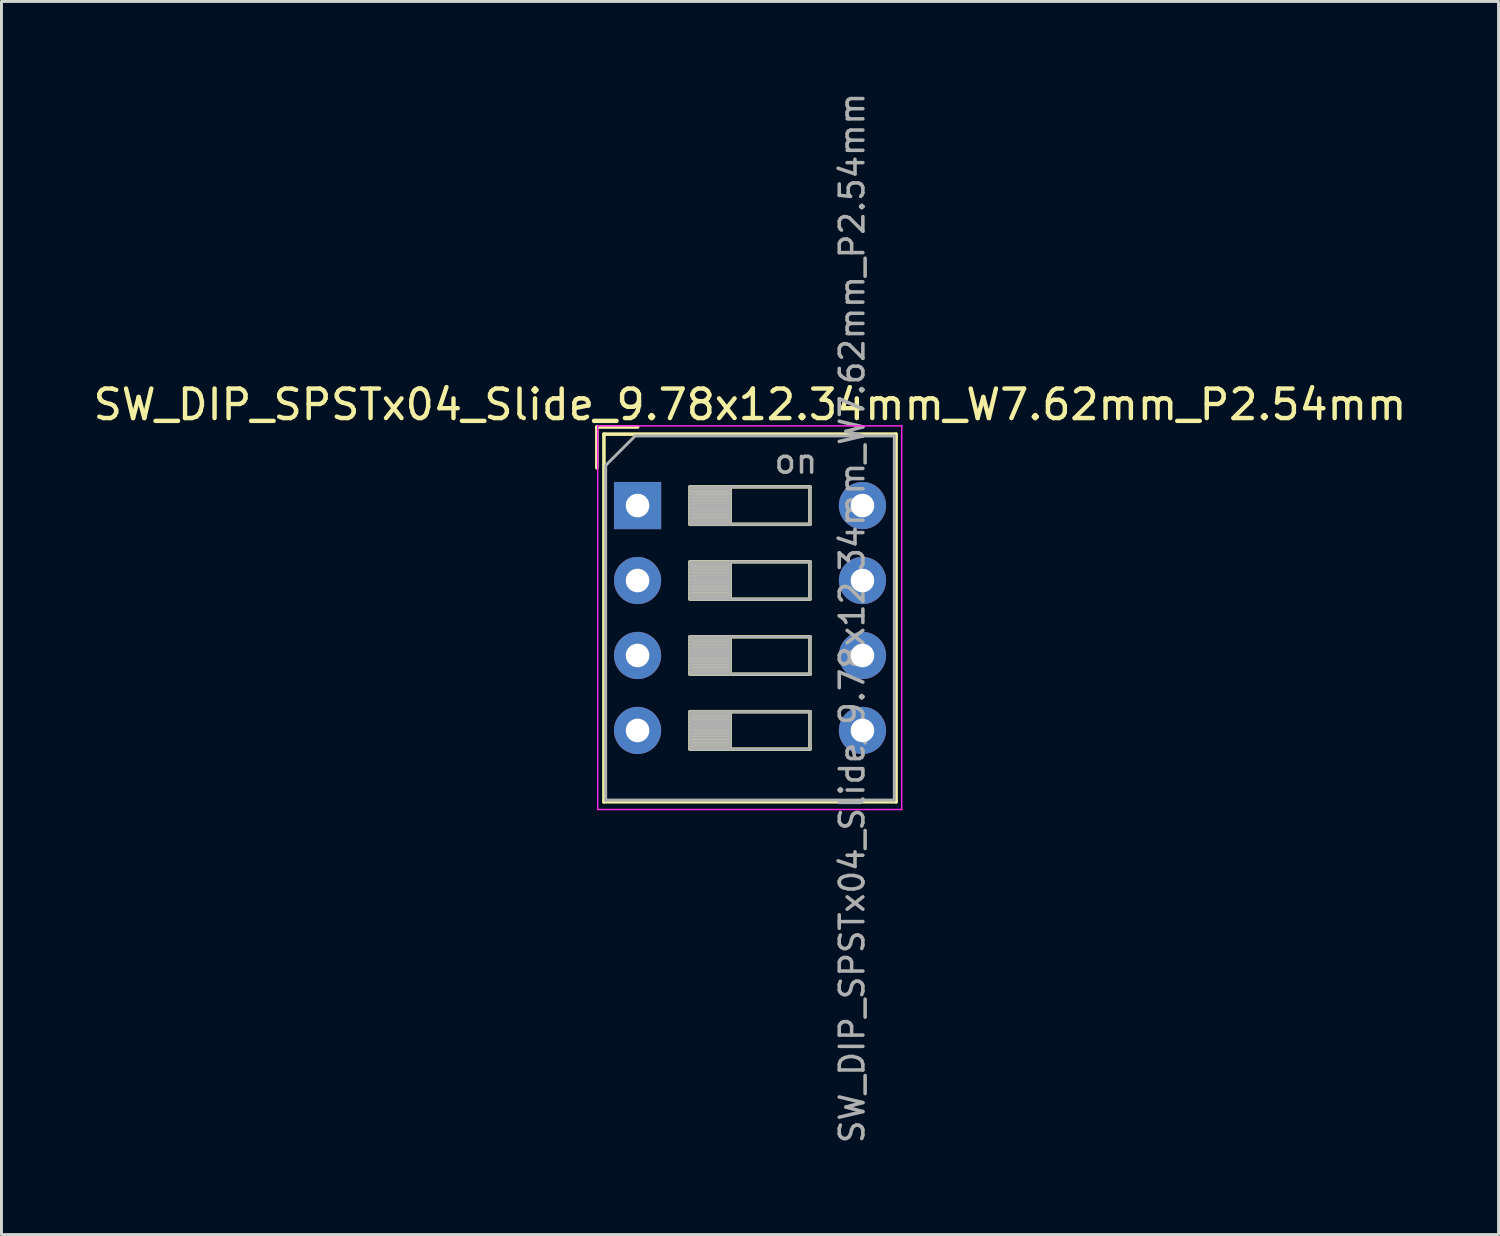
<source format=kicad_pcb>
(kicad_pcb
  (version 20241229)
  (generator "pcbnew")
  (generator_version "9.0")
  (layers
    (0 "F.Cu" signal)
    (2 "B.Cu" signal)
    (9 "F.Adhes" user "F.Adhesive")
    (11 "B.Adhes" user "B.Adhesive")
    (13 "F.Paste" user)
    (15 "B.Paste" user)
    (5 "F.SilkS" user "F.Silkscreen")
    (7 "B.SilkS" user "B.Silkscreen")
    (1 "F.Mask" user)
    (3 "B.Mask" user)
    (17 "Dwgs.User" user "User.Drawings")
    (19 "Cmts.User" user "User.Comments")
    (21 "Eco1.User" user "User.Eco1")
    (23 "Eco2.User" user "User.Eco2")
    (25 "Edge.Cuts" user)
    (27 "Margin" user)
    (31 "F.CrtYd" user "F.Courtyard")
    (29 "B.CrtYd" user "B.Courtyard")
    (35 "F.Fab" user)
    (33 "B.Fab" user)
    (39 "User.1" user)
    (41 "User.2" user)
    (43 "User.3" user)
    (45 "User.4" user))
  (footprint "SW_DIP_SPSTx04_Slide_9.78x12.34mm_W7.62mm_P2.54mm"
    (layer "F.Cu")
    (at 18.553 14.08)
    (property "Reference" "SW_DIP_SPSTx04_Slide_9.78x12.34mm_W7.62mm_P2.54mm" (at 3.81 -3.42 0) (layer "F.SilkS") (effects (font (size 1 1) (thickness 0.15))))
    (attr through_hole)
    (fp_line (start -1.38 -2.66) (end -1.38 -1.277) (stroke (width 0.12) (type solid)) (layer "F.SilkS"))
    (fp_line (start -1.38 -2.66) (end 0.004 -2.66) (stroke (width 0.12) (type solid)) (layer "F.SilkS"))
    (fp_line (start -1.14 -2.42) (end -1.14 10.04) (stroke (width 0.12) (type solid)) (layer "F.SilkS"))
    (fp_line (start -1.14 -2.42) (end 8.76 -2.42) (stroke (width 0.12) (type solid)) (layer "F.SilkS"))
    (fp_line (start -1.14 10.04) (end 8.76 10.04) (stroke (width 0.12) (type solid)) (layer "F.SilkS"))
    (fp_line (start 1.78 -0.635) (end 1.78 0.635) (stroke (width 0.12) (type solid)) (layer "F.SilkS"))
    (fp_line (start 1.78 -0.515) (end 3.133 -0.515) (stroke (width 0.12) (type solid)) (layer "F.SilkS"))
    (fp_line (start 1.78 -0.395) (end 3.133 -0.395) (stroke (width 0.12) (type solid)) (layer "F.SilkS"))
    (fp_line (start 1.78 -0.275) (end 3.133 -0.275) (stroke (width 0.12) (type solid)) (layer "F.SilkS"))
    (fp_line (start 1.78 -0.155) (end 3.133 -0.155) (stroke (width 0.12) (type solid)) (layer "F.SilkS"))
    (fp_line (start 1.78 -0.035) (end 3.133 -0.035) (stroke (width 0.12) (type solid)) (layer "F.SilkS"))
    (fp_line (start 1.78 0.085) (end 3.133 0.085) (stroke (width 0.12) (type solid)) (layer "F.SilkS"))
    (fp_line (start 1.78 0.205) (end 3.133 0.205) (stroke (width 0.12) (type solid)) (layer "F.SilkS"))
    (fp_line (start 1.78 0.325) (end 3.133 0.325) (stroke (width 0.12) (type solid)) (layer "F.SilkS"))
    (fp_line (start 1.78 0.445) (end 3.133 0.445) (stroke (width 0.12) (type solid)) (layer "F.SilkS"))
    (fp_line (start 1.78 0.565) (end 3.133 0.565) (stroke (width 0.12) (type solid)) (layer "F.SilkS"))
    (fp_line (start 1.78 0.635) (end 5.84 0.635) (stroke (width 0.12) (type solid)) (layer "F.SilkS"))
    (fp_line (start 1.78 1.905) (end 1.78 3.175) (stroke (width 0.12) (type solid)) (layer "F.SilkS"))
    (fp_line (start 1.78 2.025) (end 3.133 2.025) (stroke (width 0.12) (type solid)) (layer "F.SilkS"))
    (fp_line (start 1.78 2.145) (end 3.133 2.145) (stroke (width 0.12) (type solid)) (layer "F.SilkS"))
    (fp_line (start 1.78 2.265) (end 3.133 2.265) (stroke (width 0.12) (type solid)) (layer "F.SilkS"))
    (fp_line (start 1.78 2.385) (end 3.133 2.385) (stroke (width 0.12) (type solid)) (layer "F.SilkS"))
    (fp_line (start 1.78 2.505) (end 3.133 2.505) (stroke (width 0.12) (type solid)) (layer "F.SilkS"))
    (fp_line (start 1.78 2.625) (end 3.133 2.625) (stroke (width 0.12) (type solid)) (layer "F.SilkS"))
    (fp_line (start 1.78 2.745) (end 3.133 2.745) (stroke (width 0.12) (type solid)) (layer "F.SilkS"))
    (fp_line (start 1.78 2.865) (end 3.133 2.865) (stroke (width 0.12) (type solid)) (layer "F.SilkS"))
    (fp_line (start 1.78 2.985) (end 3.133 2.985) (stroke (width 0.12) (type solid)) (layer "F.SilkS"))
    (fp_line (start 1.78 3.105) (end 3.133 3.105) (stroke (width 0.12) (type solid)) (layer "F.SilkS"))
    (fp_line (start 1.78 3.175) (end 5.84 3.175) (stroke (width 0.12) (type solid)) (layer "F.SilkS"))
    (fp_line (start 1.78 4.445) (end 1.78 5.715) (stroke (width 0.12) (type solid)) (layer "F.SilkS"))
    (fp_line (start 1.78 4.565) (end 3.133 4.565) (stroke (width 0.12) (type solid)) (layer "F.SilkS"))
    (fp_line (start 1.78 4.685) (end 3.133 4.685) (stroke (width 0.12) (type solid)) (layer "F.SilkS"))
    (fp_line (start 1.78 4.805) (end 3.133 4.805) (stroke (width 0.12) (type solid)) (layer "F.SilkS"))
    (fp_line (start 1.78 4.925) (end 3.133 4.925) (stroke (width 0.12) (type solid)) (layer "F.SilkS"))
    (fp_line (start 1.78 5.045) (end 3.133 5.045) (stroke (width 0.12) (type solid)) (layer "F.SilkS"))
    (fp_line (start 1.78 5.165) (end 3.133 5.165) (stroke (width 0.12) (type solid)) (layer "F.SilkS"))
    (fp_line (start 1.78 5.285) (end 3.133 5.285) (stroke (width 0.12) (type solid)) (layer "F.SilkS"))
    (fp_line (start 1.78 5.405) (end 3.133 5.405) (stroke (width 0.12) (type solid)) (layer "F.SilkS"))
    (fp_line (start 1.78 5.525) (end 3.133 5.525) (stroke (width 0.12) (type solid)) (layer "F.SilkS"))
    (fp_line (start 1.78 5.645) (end 3.133 5.645) (stroke (width 0.12) (type solid)) (layer "F.SilkS"))
    (fp_line (start 1.78 5.715) (end 5.84 5.715) (stroke (width 0.12) (type solid)) (layer "F.SilkS"))
    (fp_line (start 1.78 6.985) (end 1.78 8.255) (stroke (width 0.12) (type solid)) (layer "F.SilkS"))
    (fp_line (start 1.78 7.105) (end 3.133 7.105) (stroke (width 0.12) (type solid)) (layer "F.SilkS"))
    (fp_line (start 1.78 7.225) (end 3.133 7.225) (stroke (width 0.12) (type solid)) (layer "F.SilkS"))
    (fp_line (start 1.78 7.345) (end 3.133 7.345) (stroke (width 0.12) (type solid)) (layer "F.SilkS"))
    (fp_line (start 1.78 7.465) (end 3.133 7.465) (stroke (width 0.12) (type solid)) (layer "F.SilkS"))
    (fp_line (start 1.78 7.585) (end 3.133 7.585) (stroke (width 0.12) (type solid)) (layer "F.SilkS"))
    (fp_line (start 1.78 7.705) (end 3.133 7.705) (stroke (width 0.12) (type solid)) (layer "F.SilkS"))
    (fp_line (start 1.78 7.825) (end 3.133 7.825) (stroke (width 0.12) (type solid)) (layer "F.SilkS"))
    (fp_line (start 1.78 7.945) (end 3.133 7.945) (stroke (width 0.12) (type solid)) (layer "F.SilkS"))
    (fp_line (start 1.78 8.065) (end 3.133 8.065) (stroke (width 0.12) (type solid)) (layer "F.SilkS"))
    (fp_line (start 1.78 8.185) (end 3.133 8.185) (stroke (width 0.12) (type solid)) (layer "F.SilkS"))
    (fp_line (start 1.78 8.255) (end 5.84 8.255) (stroke (width 0.12) (type solid)) (layer "F.SilkS"))
    (fp_line (start 3.133 -0.635) (end 3.133 0.635) (stroke (width 0.12) (type solid)) (layer "F.SilkS"))
    (fp_line (start 3.133 1.905) (end 3.133 3.175) (stroke (width 0.12) (type solid)) (layer "F.SilkS"))
    (fp_line (start 3.133 4.445) (end 3.133 5.715) (stroke (width 0.12) (type solid)) (layer "F.SilkS"))
    (fp_line (start 3.133 6.985) (end 3.133 8.255) (stroke (width 0.12) (type solid)) (layer "F.SilkS"))
    (fp_line (start 5.84 -0.635) (end 1.78 -0.635) (stroke (width 0.12) (type solid)) (layer "F.SilkS"))
    (fp_line (start 5.84 0.635) (end 5.84 -0.635) (stroke (width 0.12) (type solid)) (layer "F.SilkS"))
    (fp_line (start 5.84 1.905) (end 1.78 1.905) (stroke (width 0.12) (type solid)) (layer "F.SilkS"))
    (fp_line (start 5.84 3.175) (end 5.84 1.905) (stroke (width 0.12) (type solid)) (layer "F.SilkS"))
    (fp_line (start 5.84 4.445) (end 1.78 4.445) (stroke (width 0.12) (type solid)) (layer "F.SilkS"))
    (fp_line (start 5.84 5.715) (end 5.84 4.445) (stroke (width 0.12) (type solid)) (layer "F.SilkS"))
    (fp_line (start 5.84 6.985) (end 1.78 6.985) (stroke (width 0.12) (type solid)) (layer "F.SilkS"))
    (fp_line (start 5.84 8.255) (end 5.84 6.985) (stroke (width 0.12) (type solid)) (layer "F.SilkS"))
    (fp_line (start 8.76 -2.42) (end 8.76 10.04) (stroke (width 0.12) (type solid)) (layer "F.SilkS"))
    (fp_line (start -1.35 -2.7) (end -1.35 10.3) (stroke (width 0.05) (type solid)) (layer "F.CrtYd"))
    (fp_line (start -1.35 10.3) (end 8.95 10.3) (stroke (width 0.05) (type solid)) (layer "F.CrtYd"))
    (fp_line (start 8.95 -2.7) (end -1.35 -2.7) (stroke (width 0.05) (type solid)) (layer "F.CrtYd"))
    (fp_line (start 8.95 10.3) (end 8.95 -2.7) (stroke (width 0.05) (type solid)) (layer "F.CrtYd"))
    (fp_line (start -1.08 -1.36) (end -0.08 -2.36) (stroke (width 0.1) (type solid)) (layer "F.Fab"))
    (fp_line (start -1.08 9.98) (end -1.08 -1.36) (stroke (width 0.1) (type solid)) (layer "F.Fab"))
    (fp_line (start -0.08 -2.36) (end 8.7 -2.36) (stroke (width 0.1) (type solid)) (layer "F.Fab"))
    (fp_line (start 1.78 -0.635) (end 1.78 0.635) (stroke (width 0.1) (type solid)) (layer "F.Fab"))
    (fp_line (start 1.78 -0.535) (end 3.133 -0.535) (stroke (width 0.1) (type solid)) (layer "F.Fab"))
    (fp_line (start 1.78 -0.435) (end 3.133 -0.435) (stroke (width 0.1) (type solid)) (layer "F.Fab"))
    (fp_line (start 1.78 -0.335) (end 3.133 -0.335) (stroke (width 0.1) (type solid)) (layer "F.Fab"))
    (fp_line (start 1.78 -0.235) (end 3.133 -0.235) (stroke (width 0.1) (type solid)) (layer "F.Fab"))
    (fp_line (start 1.78 -0.135) (end 3.133 -0.135) (stroke (width 0.1) (type solid)) (layer "F.Fab"))
    (fp_line (start 1.78 -0.035) (end 3.133 -0.035) (stroke (width 0.1) (type solid)) (layer "F.Fab"))
    (fp_line (start 1.78 0.065) (end 3.133 0.065) (stroke (width 0.1) (type solid)) (layer "F.Fab"))
    (fp_line (start 1.78 0.165) (end 3.133 0.165) (stroke (width 0.1) (type solid)) (layer "F.Fab"))
    (fp_line (start 1.78 0.265) (end 3.133 0.265) (stroke (width 0.1) (type solid)) (layer "F.Fab"))
    (fp_line (start 1.78 0.365) (end 3.133 0.365) (stroke (width 0.1) (type solid)) (layer "F.Fab"))
    (fp_line (start 1.78 0.465) (end 3.133 0.465) (stroke (width 0.1) (type solid)) (layer "F.Fab"))
    (fp_line (start 1.78 0.565) (end 3.133 0.565) (stroke (width 0.1) (type solid)) (layer "F.Fab"))
    (fp_line (start 1.78 0.635) (end 5.84 0.635) (stroke (width 0.1) (type solid)) (layer "F.Fab"))
    (fp_line (start 1.78 1.905) (end 1.78 3.175) (stroke (width 0.1) (type solid)) (layer "F.Fab"))
    (fp_line (start 1.78 2.005) (end 3.133 2.005) (stroke (width 0.1) (type solid)) (layer "F.Fab"))
    (fp_line (start 1.78 2.105) (end 3.133 2.105) (stroke (width 0.1) (type solid)) (layer "F.Fab"))
    (fp_line (start 1.78 2.205) (end 3.133 2.205) (stroke (width 0.1) (type solid)) (layer "F.Fab"))
    (fp_line (start 1.78 2.305) (end 3.133 2.305) (stroke (width 0.1) (type solid)) (layer "F.Fab"))
    (fp_line (start 1.78 2.405) (end 3.133 2.405) (stroke (width 0.1) (type solid)) (layer "F.Fab"))
    (fp_line (start 1.78 2.505) (end 3.133 2.505) (stroke (width 0.1) (type solid)) (layer "F.Fab"))
    (fp_line (start 1.78 2.605) (end 3.133 2.605) (stroke (width 0.1) (type solid)) (layer "F.Fab"))
    (fp_line (start 1.78 2.705) (end 3.133 2.705) (stroke (width 0.1) (type solid)) (layer "F.Fab"))
    (fp_line (start 1.78 2.805) (end 3.133 2.805) (stroke (width 0.1) (type solid)) (layer "F.Fab"))
    (fp_line (start 1.78 2.905) (end 3.133 2.905) (stroke (width 0.1) (type solid)) (layer "F.Fab"))
    (fp_line (start 1.78 3.005) (end 3.133 3.005) (stroke (width 0.1) (type solid)) (layer "F.Fab"))
    (fp_line (start 1.78 3.105) (end 3.133 3.105) (stroke (width 0.1) (type solid)) (layer "F.Fab"))
    (fp_line (start 1.78 3.175) (end 5.84 3.175) (stroke (width 0.1) (type solid)) (layer "F.Fab"))
    (fp_line (start 1.78 4.445) (end 1.78 5.715) (stroke (width 0.1) (type solid)) (layer "F.Fab"))
    (fp_line (start 1.78 4.545) (end 3.133 4.545) (stroke (width 0.1) (type solid)) (layer "F.Fab"))
    (fp_line (start 1.78 4.645) (end 3.133 4.645) (stroke (width 0.1) (type solid)) (layer "F.Fab"))
    (fp_line (start 1.78 4.745) (end 3.133 4.745) (stroke (width 0.1) (type solid)) (layer "F.Fab"))
    (fp_line (start 1.78 4.845) (end 3.133 4.845) (stroke (width 0.1) (type solid)) (layer "F.Fab"))
    (fp_line (start 1.78 4.945) (end 3.133 4.945) (stroke (width 0.1) (type solid)) (layer "F.Fab"))
    (fp_line (start 1.78 5.045) (end 3.133 5.045) (stroke (width 0.1) (type solid)) (layer "F.Fab"))
    (fp_line (start 1.78 5.145) (end 3.133 5.145) (stroke (width 0.1) (type solid)) (layer "F.Fab"))
    (fp_line (start 1.78 5.245) (end 3.133 5.245) (stroke (width 0.1) (type solid)) (layer "F.Fab"))
    (fp_line (start 1.78 5.345) (end 3.133 5.345) (stroke (width 0.1) (type solid)) (layer "F.Fab"))
    (fp_line (start 1.78 5.445) (end 3.133 5.445) (stroke (width 0.1) (type solid)) (layer "F.Fab"))
    (fp_line (start 1.78 5.545) (end 3.133 5.545) (stroke (width 0.1) (type solid)) (layer "F.Fab"))
    (fp_line (start 1.78 5.645) (end 3.133 5.645) (stroke (width 0.1) (type solid)) (layer "F.Fab"))
    (fp_line (start 1.78 5.715) (end 5.84 5.715) (stroke (width 0.1) (type solid)) (layer "F.Fab"))
    (fp_line (start 1.78 6.985) (end 1.78 8.255) (stroke (width 0.1) (type solid)) (layer "F.Fab"))
    (fp_line (start 1.78 7.085) (end 3.133 7.085) (stroke (width 0.1) (type solid)) (layer "F.Fab"))
    (fp_line (start 1.78 7.185) (end 3.133 7.185) (stroke (width 0.1) (type solid)) (layer "F.Fab"))
    (fp_line (start 1.78 7.285) (end 3.133 7.285) (stroke (width 0.1) (type solid)) (layer "F.Fab"))
    (fp_line (start 1.78 7.385) (end 3.133 7.385) (stroke (width 0.1) (type solid)) (layer "F.Fab"))
    (fp_line (start 1.78 7.485) (end 3.133 7.485) (stroke (width 0.1) (type solid)) (layer "F.Fab"))
    (fp_line (start 1.78 7.585) (end 3.133 7.585) (stroke (width 0.1) (type solid)) (layer "F.Fab"))
    (fp_line (start 1.78 7.685) (end 3.133 7.685) (stroke (width 0.1) (type solid)) (layer "F.Fab"))
    (fp_line (start 1.78 7.785) (end 3.133 7.785) (stroke (width 0.1) (type solid)) (layer "F.Fab"))
    (fp_line (start 1.78 7.885) (end 3.133 7.885) (stroke (width 0.1) (type solid)) (layer "F.Fab"))
    (fp_line (start 1.78 7.985) (end 3.133 7.985) (stroke (width 0.1) (type solid)) (layer "F.Fab"))
    (fp_line (start 1.78 8.085) (end 3.133 8.085) (stroke (width 0.1) (type solid)) (layer "F.Fab"))
    (fp_line (start 1.78 8.185) (end 3.133 8.185) (stroke (width 0.1) (type solid)) (layer "F.Fab"))
    (fp_line (start 1.78 8.255) (end 5.84 8.255) (stroke (width 0.1) (type solid)) (layer "F.Fab"))
    (fp_line (start 3.133 -0.635) (end 3.133 0.635) (stroke (width 0.1) (type solid)) (layer "F.Fab"))
    (fp_line (start 3.133 1.905) (end 3.133 3.175) (stroke (width 0.1) (type solid)) (layer "F.Fab"))
    (fp_line (start 3.133 4.445) (end 3.133 5.715) (stroke (width 0.1) (type solid)) (layer "F.Fab"))
    (fp_line (start 3.133 6.985) (end 3.133 8.255) (stroke (width 0.1) (type solid)) (layer "F.Fab"))
    (fp_line (start 5.84 -0.635) (end 1.78 -0.635) (stroke (width 0.1) (type solid)) (layer "F.Fab"))
    (fp_line (start 5.84 0.635) (end 5.84 -0.635) (stroke (width 0.1) (type solid)) (layer "F.Fab"))
    (fp_line (start 5.84 1.905) (end 1.78 1.905) (stroke (width 0.1) (type solid)) (layer "F.Fab"))
    (fp_line (start 5.84 3.175) (end 5.84 1.905) (stroke (width 0.1) (type solid)) (layer "F.Fab"))
    (fp_line (start 5.84 4.445) (end 1.78 4.445) (stroke (width 0.1) (type solid)) (layer "F.Fab"))
    (fp_line (start 5.84 5.715) (end 5.84 4.445) (stroke (width 0.1) (type solid)) (layer "F.Fab"))
    (fp_line (start 5.84 6.985) (end 1.78 6.985) (stroke (width 0.1) (type solid)) (layer "F.Fab"))
    (fp_line (start 5.84 8.255) (end 5.84 6.985) (stroke (width 0.1) (type solid)) (layer "F.Fab"))
    (fp_line (start 8.7 -2.36) (end 8.7 9.98) (stroke (width 0.1) (type solid)) (layer "F.Fab"))
    (fp_line (start 8.7 9.98) (end -1.08 9.98) (stroke (width 0.1) (type solid)) (layer "F.Fab"))
    (fp_text user "on" (at 5.365 -1.498 0) (layer "F.Fab") (effects (font (size 0.8 0.8) (thickness 0.12))))
    (fp_text user "${REFERENCE}" (at 7.27 3.81 90) (layer "F.Fab") (effects (font (size 0.8 0.8) (thickness 0.12))))
    (pad "1" thru_hole rect (at 0 0) (size 1.6 1.6) (drill 0.8) (layers "*.Cu" "*.Mask"))
    (pad "2" thru_hole oval (at 0 2.54) (size 1.6 1.6) (drill 0.8) (layers "*.Cu" "*.Mask"))
    (pad "3" thru_hole oval (at 0 5.08) (size 1.6 1.6) (drill 0.8) (layers "*.Cu" "*.Mask"))
    (pad "4" thru_hole oval (at 0 7.62) (size 1.6 1.6) (drill 0.8) (layers "*.Cu" "*.Mask"))
    (pad "5" thru_hole oval (at 7.62 7.62) (size 1.6 1.6) (drill 0.8) (layers "*.Cu" "*.Mask"))
    (pad "6" thru_hole oval (at 7.62 5.08) (size 1.6 1.6) (drill 0.8) (layers "*.Cu" "*.Mask"))
    (pad "7" thru_hole oval (at 7.62 2.54) (size 1.6 1.6) (drill 0.8) (layers "*.Cu" "*.Mask"))
    (pad "8" thru_hole oval (at 7.62 0) (size 1.6 1.6) (drill 0.8) (layers "*.Cu" "*.Mask")))
  (gr_rect
    (start -3 -3)
    (end 47.726 38.781)
    (stroke (width 0.1) (type default))
    (fill no)
    (layer "Edge.Cuts")))
</source>
